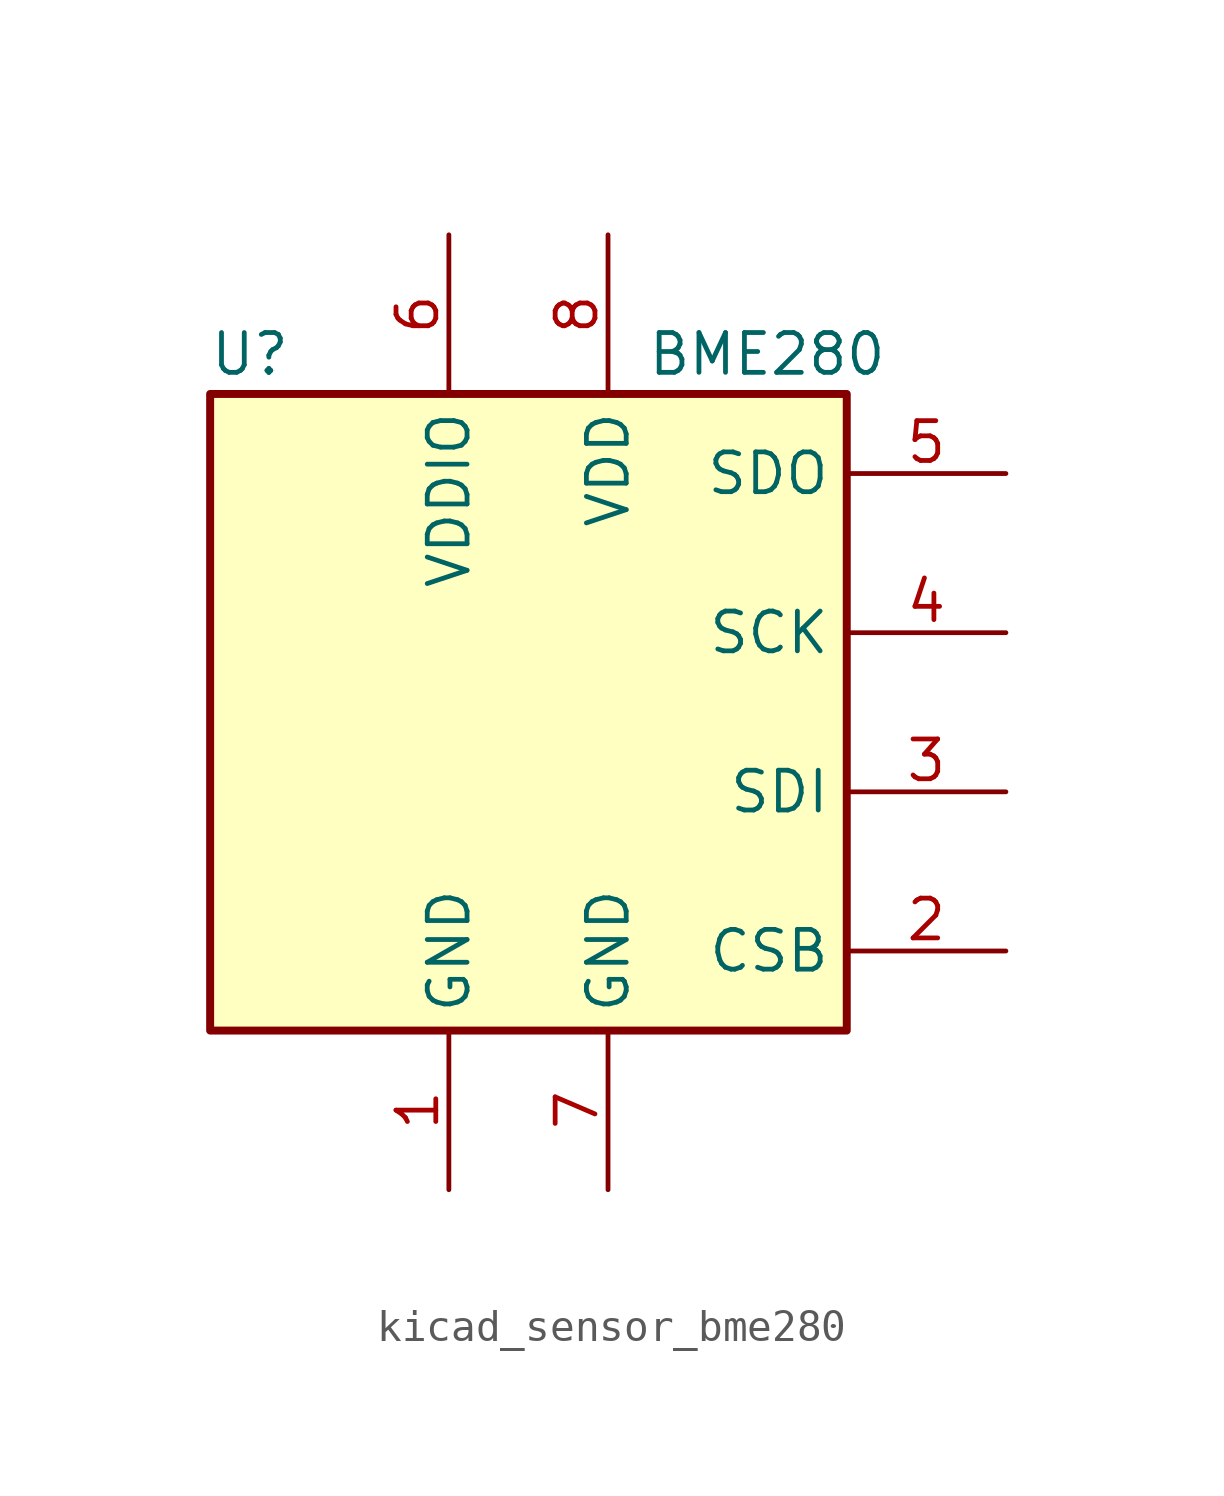
<source format=kicad_sym>
(kicad_symbol_lib
  (version 20220914)
  (generator kicad_symbol_editor)
  (symbol "kicad_sensor_bme280"
    (property "Reference" "U"
      (at -8.89 11.43 0)
      (effects (font (size 1.27 1.27))))
    (property "Value" "BME280"
      (at 7.62 11.43 0)
      (effects (font (size 1.27 1.27))))
    (symbol "kicad_sensor_bme280_0_1"
      (rectangle (start -10.16 10.16) (end 10.16 -10.16) (stroke (width 0.254) (type default)) (fill (type background))))
    (symbol "kicad_sensor_bme280_1_1"
      (pin power_in line (at -2.54 -15.24 90) (length 5.08) (name "GND" (effects (font (size 1.27 1.27)))) (number "1" (effects (font (size 1.27 1.27)))))
      (pin input line (at 15.24 -7.62 180) (length 5.08) (name "CSB" (effects (font (size 1.27 1.27)))) (number "2" (effects (font (size 1.27 1.27)))))
      (pin bidirectional line (at 15.24 -2.54 180) (length 5.08) (name "SDI" (effects (font (size 1.27 1.27)))) (number "3" (effects (font (size 1.27 1.27)))))
      (pin input line (at 15.24 2.54 180) (length 5.08) (name "SCK" (effects (font (size 1.27 1.27)))) (number "4" (effects (font (size 1.27 1.27)))))
      (pin bidirectional line (at 15.24 7.62 180) (length 5.08) (name "SDO" (effects (font (size 1.27 1.27)))) (number "5" (effects (font (size 1.27 1.27)))))
      (pin power_in line (at -2.54 15.24 270) (length 5.08) (name "VDDIO" (effects (font (size 1.27 1.27)))) (number "6" (effects (font (size 1.27 1.27)))))
      (pin power_in line (at 2.54 -15.24 90) (length 5.08) (name "GND" (effects (font (size 1.27 1.27)))) (number "7" (effects (font (size 1.27 1.27)))))
      (pin power_in line (at 2.54 15.24 270) (length 5.08) (name "VDD" (effects (font (size 1.27 1.27)))) (number "8" (effects (font (size 1.27 1.27))))))))
</source>
